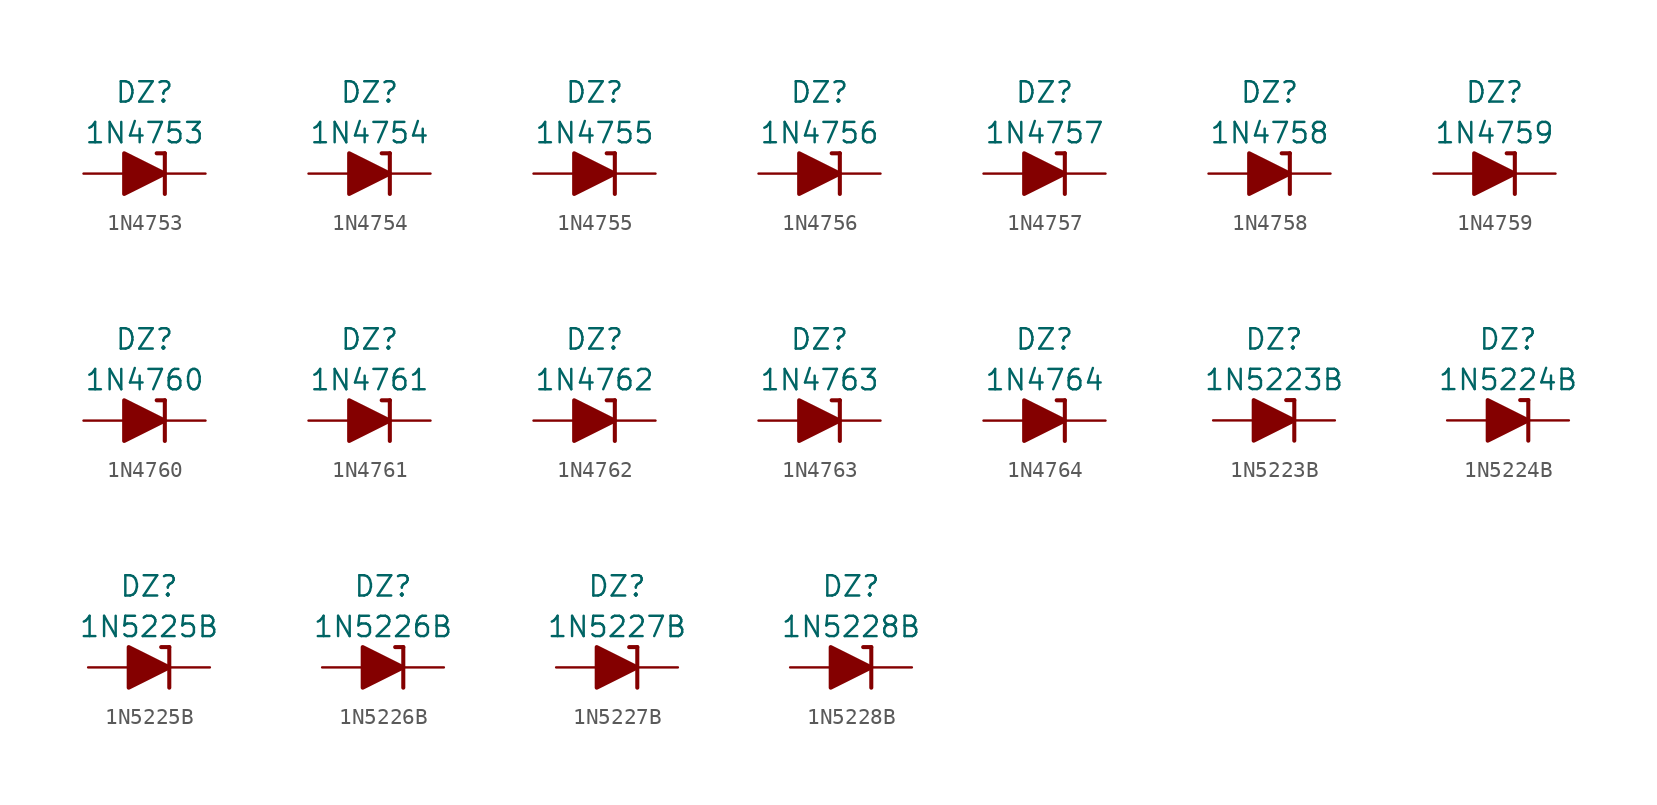
<source format=kicad_sym>
(kicad_symbol_lib
  (version 20201005)
  (generator kicad_symbol_editor)
  (symbol "Diode_Zener_AKL:1N4753"
    (pin_numbers hide)
    (pin_names
      (offset 1.016) hide)
    (property "Reference" "DZ"
      (at 0 5.08 0)
      (effects (font (size 1.27 1.27))))
    (property "Value" "1N4753"
      (at 0 2.54 0)
      (effects (font (size 1.27 1.27))))
    (symbol "1N4753_0_1"
      (polyline (pts (xy -1.27 0) (xy 1.27 0)) (stroke (width 0)) (fill (type none)))
      (polyline (pts (xy 1.27 1.27) (xy 0.762 1.27)) (stroke (width 0.254)) (fill (type none)))
      (polyline (pts (xy 1.27 1.27) (xy 1.27 -1.27)) (stroke (width 0.254)) (fill (type none)))
      (polyline (pts (xy -1.27 -1.27) (xy -1.27 1.27) (xy 1.27 0) (xy -1.27 -1.27)) (stroke (width 0.254)) (fill (type outline))))
    (symbol "1N4753_1_1"
      (pin passive line (at 3.81 0 180) (length 2.54) (name "K" (effects (font (size 1.27 1.27)))) (number "1" (effects (font (size 1.27 1.27)))))
      (pin passive line (at -3.81 0 0) (length 2.54) (name "A" (effects (font (size 1.27 1.27)))) (number "2" (effects (font (size 1.27 1.27)))))))
  (symbol "Diode_Zener_AKL:1N4754"
    (pin_numbers hide)
    (pin_names
      (offset 1.016) hide)
    (property "Reference" "DZ"
      (at 0 5.08 0)
      (effects (font (size 1.27 1.27))))
    (property "Value" "1N4754"
      (at 0 2.54 0)
      (effects (font (size 1.27 1.27))))
    (symbol "1N4754_0_1"
      (polyline (pts (xy -1.27 0) (xy 1.27 0)) (stroke (width 0)) (fill (type none)))
      (polyline (pts (xy 1.27 1.27) (xy 0.762 1.27)) (stroke (width 0.254)) (fill (type none)))
      (polyline (pts (xy 1.27 1.27) (xy 1.27 -1.27)) (stroke (width 0.254)) (fill (type none)))
      (polyline (pts (xy -1.27 -1.27) (xy -1.27 1.27) (xy 1.27 0) (xy -1.27 -1.27)) (stroke (width 0.254)) (fill (type outline))))
    (symbol "1N4754_1_1"
      (pin passive line (at 3.81 0 180) (length 2.54) (name "K" (effects (font (size 1.27 1.27)))) (number "1" (effects (font (size 1.27 1.27)))))
      (pin passive line (at -3.81 0 0) (length 2.54) (name "A" (effects (font (size 1.27 1.27)))) (number "2" (effects (font (size 1.27 1.27)))))))
  (symbol "Diode_Zener_AKL:1N4755"
    (pin_numbers hide)
    (pin_names
      (offset 1.016) hide)
    (property "Reference" "DZ"
      (at 0 5.08 0)
      (effects (font (size 1.27 1.27))))
    (property "Value" "1N4755"
      (at 0 2.54 0)
      (effects (font (size 1.27 1.27))))
    (symbol "1N4755_0_1"
      (polyline (pts (xy -1.27 0) (xy 1.27 0)) (stroke (width 0)) (fill (type none)))
      (polyline (pts (xy 1.27 1.27) (xy 0.762 1.27)) (stroke (width 0.254)) (fill (type none)))
      (polyline (pts (xy 1.27 1.27) (xy 1.27 -1.27)) (stroke (width 0.254)) (fill (type none)))
      (polyline (pts (xy -1.27 -1.27) (xy -1.27 1.27) (xy 1.27 0) (xy -1.27 -1.27)) (stroke (width 0.254)) (fill (type outline))))
    (symbol "1N4755_1_1"
      (pin passive line (at 3.81 0 180) (length 2.54) (name "K" (effects (font (size 1.27 1.27)))) (number "1" (effects (font (size 1.27 1.27)))))
      (pin passive line (at -3.81 0 0) (length 2.54) (name "A" (effects (font (size 1.27 1.27)))) (number "2" (effects (font (size 1.27 1.27)))))))
  (symbol "Diode_Zener_AKL:1N4756"
    (pin_numbers hide)
    (pin_names
      (offset 1.016) hide)
    (property "Reference" "DZ"
      (at 0 5.08 0)
      (effects (font (size 1.27 1.27))))
    (property "Value" "1N4756"
      (at 0 2.54 0)
      (effects (font (size 1.27 1.27))))
    (symbol "1N4756_0_1"
      (polyline (pts (xy -1.27 0) (xy 1.27 0)) (stroke (width 0)) (fill (type none)))
      (polyline (pts (xy 1.27 1.27) (xy 0.762 1.27)) (stroke (width 0.254)) (fill (type none)))
      (polyline (pts (xy 1.27 1.27) (xy 1.27 -1.27)) (stroke (width 0.254)) (fill (type none)))
      (polyline (pts (xy -1.27 -1.27) (xy -1.27 1.27) (xy 1.27 0) (xy -1.27 -1.27)) (stroke (width 0.254)) (fill (type outline))))
    (symbol "1N4756_1_1"
      (pin passive line (at 3.81 0 180) (length 2.54) (name "K" (effects (font (size 1.27 1.27)))) (number "1" (effects (font (size 1.27 1.27)))))
      (pin passive line (at -3.81 0 0) (length 2.54) (name "A" (effects (font (size 1.27 1.27)))) (number "2" (effects (font (size 1.27 1.27)))))))
  (symbol "Diode_Zener_AKL:1N4757"
    (pin_numbers hide)
    (pin_names
      (offset 1.016) hide)
    (property "Reference" "DZ"
      (at 0 5.08 0)
      (effects (font (size 1.27 1.27))))
    (property "Value" "1N4757"
      (at 0 2.54 0)
      (effects (font (size 1.27 1.27))))
    (symbol "1N4757_0_1"
      (polyline (pts (xy -1.27 0) (xy 1.27 0)) (stroke (width 0)) (fill (type none)))
      (polyline (pts (xy 1.27 1.27) (xy 0.762 1.27)) (stroke (width 0.254)) (fill (type none)))
      (polyline (pts (xy 1.27 1.27) (xy 1.27 -1.27)) (stroke (width 0.254)) (fill (type none)))
      (polyline (pts (xy -1.27 -1.27) (xy -1.27 1.27) (xy 1.27 0) (xy -1.27 -1.27)) (stroke (width 0.254)) (fill (type outline))))
    (symbol "1N4757_1_1"
      (pin passive line (at 3.81 0 180) (length 2.54) (name "K" (effects (font (size 1.27 1.27)))) (number "1" (effects (font (size 1.27 1.27)))))
      (pin passive line (at -3.81 0 0) (length 2.54) (name "A" (effects (font (size 1.27 1.27)))) (number "2" (effects (font (size 1.27 1.27)))))))
  (symbol "Diode_Zener_AKL:1N4758"
    (pin_numbers hide)
    (pin_names
      (offset 1.016) hide)
    (property "Reference" "DZ"
      (at 0 5.08 0)
      (effects (font (size 1.27 1.27))))
    (property "Value" "1N4758"
      (at 0 2.54 0)
      (effects (font (size 1.27 1.27))))
    (symbol "1N4758_0_1"
      (polyline (pts (xy -1.27 0) (xy 1.27 0)) (stroke (width 0)) (fill (type none)))
      (polyline (pts (xy 1.27 1.27) (xy 0.762 1.27)) (stroke (width 0.254)) (fill (type none)))
      (polyline (pts (xy 1.27 1.27) (xy 1.27 -1.27)) (stroke (width 0.254)) (fill (type none)))
      (polyline (pts (xy -1.27 -1.27) (xy -1.27 1.27) (xy 1.27 0) (xy -1.27 -1.27)) (stroke (width 0.254)) (fill (type outline))))
    (symbol "1N4758_1_1"
      (pin passive line (at 3.81 0 180) (length 2.54) (name "K" (effects (font (size 1.27 1.27)))) (number "1" (effects (font (size 1.27 1.27)))))
      (pin passive line (at -3.81 0 0) (length 2.54) (name "A" (effects (font (size 1.27 1.27)))) (number "2" (effects (font (size 1.27 1.27)))))))
  (symbol "Diode_Zener_AKL:1N4759"
    (pin_numbers hide)
    (pin_names
      (offset 1.016) hide)
    (property "Reference" "DZ"
      (at 0 5.08 0)
      (effects (font (size 1.27 1.27))))
    (property "Value" "1N4759"
      (at 0 2.54 0)
      (effects (font (size 1.27 1.27))))
    (symbol "1N4759_0_1"
      (polyline (pts (xy -1.27 0) (xy 1.27 0)) (stroke (width 0)) (fill (type none)))
      (polyline (pts (xy 1.27 1.27) (xy 0.762 1.27)) (stroke (width 0.254)) (fill (type none)))
      (polyline (pts (xy 1.27 1.27) (xy 1.27 -1.27)) (stroke (width 0.254)) (fill (type none)))
      (polyline (pts (xy -1.27 -1.27) (xy -1.27 1.27) (xy 1.27 0) (xy -1.27 -1.27)) (stroke (width 0.254)) (fill (type outline))))
    (symbol "1N4759_1_1"
      (pin passive line (at 3.81 0 180) (length 2.54) (name "K" (effects (font (size 1.27 1.27)))) (number "1" (effects (font (size 1.27 1.27)))))
      (pin passive line (at -3.81 0 0) (length 2.54) (name "A" (effects (font (size 1.27 1.27)))) (number "2" (effects (font (size 1.27 1.27)))))))
  (symbol "Diode_Zener_AKL:1N4760"
    (pin_numbers hide)
    (pin_names
      (offset 1.016) hide)
    (property "Reference" "DZ"
      (at 0 5.08 0)
      (effects (font (size 1.27 1.27))))
    (property "Value" "1N4760"
      (at 0 2.54 0)
      (effects (font (size 1.27 1.27))))
    (symbol "1N4760_0_1"
      (polyline (pts (xy -1.27 0) (xy 1.27 0)) (stroke (width 0)) (fill (type none)))
      (polyline (pts (xy 1.27 1.27) (xy 0.762 1.27)) (stroke (width 0.254)) (fill (type none)))
      (polyline (pts (xy 1.27 1.27) (xy 1.27 -1.27)) (stroke (width 0.254)) (fill (type none)))
      (polyline (pts (xy -1.27 -1.27) (xy -1.27 1.27) (xy 1.27 0) (xy -1.27 -1.27)) (stroke (width 0.254)) (fill (type outline))))
    (symbol "1N4760_1_1"
      (pin passive line (at 3.81 0 180) (length 2.54) (name "K" (effects (font (size 1.27 1.27)))) (number "1" (effects (font (size 1.27 1.27)))))
      (pin passive line (at -3.81 0 0) (length 2.54) (name "A" (effects (font (size 1.27 1.27)))) (number "2" (effects (font (size 1.27 1.27)))))))
  (symbol "Diode_Zener_AKL:1N4761"
    (pin_numbers hide)
    (pin_names
      (offset 1.016) hide)
    (property "Reference" "DZ"
      (at 0 5.08 0)
      (effects (font (size 1.27 1.27))))
    (property "Value" "1N4761"
      (at 0 2.54 0)
      (effects (font (size 1.27 1.27))))
    (symbol "1N4761_0_1"
      (polyline (pts (xy -1.27 0) (xy 1.27 0)) (stroke (width 0)) (fill (type none)))
      (polyline (pts (xy 1.27 1.27) (xy 0.762 1.27)) (stroke (width 0.254)) (fill (type none)))
      (polyline (pts (xy 1.27 1.27) (xy 1.27 -1.27)) (stroke (width 0.254)) (fill (type none)))
      (polyline (pts (xy -1.27 -1.27) (xy -1.27 1.27) (xy 1.27 0) (xy -1.27 -1.27)) (stroke (width 0.254)) (fill (type outline))))
    (symbol "1N4761_1_1"
      (pin passive line (at 3.81 0 180) (length 2.54) (name "K" (effects (font (size 1.27 1.27)))) (number "1" (effects (font (size 1.27 1.27)))))
      (pin passive line (at -3.81 0 0) (length 2.54) (name "A" (effects (font (size 1.27 1.27)))) (number "2" (effects (font (size 1.27 1.27)))))))
  (symbol "Diode_Zener_AKL:1N4762"
    (pin_numbers hide)
    (pin_names
      (offset 1.016) hide)
    (property "Reference" "DZ"
      (at 0 5.08 0)
      (effects (font (size 1.27 1.27))))
    (property "Value" "1N4762"
      (at 0 2.54 0)
      (effects (font (size 1.27 1.27))))
    (symbol "1N4762_0_1"
      (polyline (pts (xy -1.27 0) (xy 1.27 0)) (stroke (width 0)) (fill (type none)))
      (polyline (pts (xy 1.27 1.27) (xy 0.762 1.27)) (stroke (width 0.254)) (fill (type none)))
      (polyline (pts (xy 1.27 1.27) (xy 1.27 -1.27)) (stroke (width 0.254)) (fill (type none)))
      (polyline (pts (xy -1.27 -1.27) (xy -1.27 1.27) (xy 1.27 0) (xy -1.27 -1.27)) (stroke (width 0.254)) (fill (type outline))))
    (symbol "1N4762_1_1"
      (pin passive line (at 3.81 0 180) (length 2.54) (name "K" (effects (font (size 1.27 1.27)))) (number "1" (effects (font (size 1.27 1.27)))))
      (pin passive line (at -3.81 0 0) (length 2.54) (name "A" (effects (font (size 1.27 1.27)))) (number "2" (effects (font (size 1.27 1.27)))))))
  (symbol "Diode_Zener_AKL:1N4763"
    (pin_numbers hide)
    (pin_names
      (offset 1.016) hide)
    (property "Reference" "DZ"
      (at 0 5.08 0)
      (effects (font (size 1.27 1.27))))
    (property "Value" "1N4763"
      (at 0 2.54 0)
      (effects (font (size 1.27 1.27))))
    (symbol "1N4763_0_1"
      (polyline (pts (xy -1.27 0) (xy 1.27 0)) (stroke (width 0)) (fill (type none)))
      (polyline (pts (xy 1.27 1.27) (xy 0.762 1.27)) (stroke (width 0.254)) (fill (type none)))
      (polyline (pts (xy 1.27 1.27) (xy 1.27 -1.27)) (stroke (width 0.254)) (fill (type none)))
      (polyline (pts (xy -1.27 -1.27) (xy -1.27 1.27) (xy 1.27 0) (xy -1.27 -1.27)) (stroke (width 0.254)) (fill (type outline))))
    (symbol "1N4763_1_1"
      (pin passive line (at 3.81 0 180) (length 2.54) (name "K" (effects (font (size 1.27 1.27)))) (number "1" (effects (font (size 1.27 1.27)))))
      (pin passive line (at -3.81 0 0) (length 2.54) (name "A" (effects (font (size 1.27 1.27)))) (number "2" (effects (font (size 1.27 1.27)))))))
  (symbol "Diode_Zener_AKL:1N4764"
    (pin_numbers hide)
    (pin_names
      (offset 1.016) hide)
    (property "Reference" "DZ"
      (at 0 5.08 0)
      (effects (font (size 1.27 1.27))))
    (property "Value" "1N4764"
      (at 0 2.54 0)
      (effects (font (size 1.27 1.27))))
    (symbol "1N4764_0_1"
      (polyline (pts (xy -1.27 0) (xy 1.27 0)) (stroke (width 0)) (fill (type none)))
      (polyline (pts (xy 1.27 1.27) (xy 0.762 1.27)) (stroke (width 0.254)) (fill (type none)))
      (polyline (pts (xy 1.27 1.27) (xy 1.27 -1.27)) (stroke (width 0.254)) (fill (type none)))
      (polyline (pts (xy -1.27 -1.27) (xy -1.27 1.27) (xy 1.27 0) (xy -1.27 -1.27)) (stroke (width 0.254)) (fill (type outline))))
    (symbol "1N4764_1_1"
      (pin passive line (at 3.81 0 180) (length 2.54) (name "K" (effects (font (size 1.27 1.27)))) (number "1" (effects (font (size 1.27 1.27)))))
      (pin passive line (at -3.81 0 0) (length 2.54) (name "A" (effects (font (size 1.27 1.27)))) (number "2" (effects (font (size 1.27 1.27)))))))
  (symbol "Diode_Zener_AKL:1N5223B"
    (pin_numbers hide)
    (pin_names
      (offset 1.016) hide)
    (property "Reference" "DZ"
      (at 0 5.08 0)
      (effects (font (size 1.27 1.27))))
    (property "Value" "1N5223B"
      (at 0 2.54 0)
      (effects (font (size 1.27 1.27))))
    (symbol "1N5223B_0_1"
      (polyline (pts (xy -1.27 0) (xy 1.27 0)) (stroke (width 0)) (fill (type none)))
      (polyline (pts (xy 1.27 1.27) (xy 0.762 1.27)) (stroke (width 0.254)) (fill (type none)))
      (polyline (pts (xy 1.27 1.27) (xy 1.27 -1.27)) (stroke (width 0.254)) (fill (type none)))
      (polyline (pts (xy -1.27 -1.27) (xy -1.27 1.27) (xy 1.27 0) (xy -1.27 -1.27)) (stroke (width 0.254)) (fill (type outline))))
    (symbol "1N5223B_1_1"
      (pin passive line (at 3.81 0 180) (length 2.54) (name "K" (effects (font (size 1.27 1.27)))) (number "1" (effects (font (size 1.27 1.27)))))
      (pin passive line (at -3.81 0 0) (length 2.54) (name "A" (effects (font (size 1.27 1.27)))) (number "2" (effects (font (size 1.27 1.27)))))))
  (symbol "Diode_Zener_AKL:1N5224B"
    (pin_numbers hide)
    (pin_names
      (offset 1.016) hide)
    (property "Reference" "DZ"
      (at 0 5.08 0)
      (effects (font (size 1.27 1.27))))
    (property "Value" "1N5224B"
      (at 0 2.54 0)
      (effects (font (size 1.27 1.27))))
    (symbol "1N5224B_0_1"
      (polyline (pts (xy -1.27 0) (xy 1.27 0)) (stroke (width 0)) (fill (type none)))
      (polyline (pts (xy 1.27 1.27) (xy 0.762 1.27)) (stroke (width 0.254)) (fill (type none)))
      (polyline (pts (xy 1.27 1.27) (xy 1.27 -1.27)) (stroke (width 0.254)) (fill (type none)))
      (polyline (pts (xy -1.27 -1.27) (xy -1.27 1.27) (xy 1.27 0) (xy -1.27 -1.27)) (stroke (width 0.254)) (fill (type outline))))
    (symbol "1N5224B_1_1"
      (pin passive line (at 3.81 0 180) (length 2.54) (name "K" (effects (font (size 1.27 1.27)))) (number "1" (effects (font (size 1.27 1.27)))))
      (pin passive line (at -3.81 0 0) (length 2.54) (name "A" (effects (font (size 1.27 1.27)))) (number "2" (effects (font (size 1.27 1.27)))))))
  (symbol "Diode_Zener_AKL:1N5225B"
    (pin_numbers hide)
    (pin_names
      (offset 1.016) hide)
    (property "Reference" "DZ"
      (at 0 5.08 0)
      (effects (font (size 1.27 1.27))))
    (property "Value" "1N5225B"
      (at 0 2.54 0)
      (effects (font (size 1.27 1.27))))
    (symbol "1N5225B_0_1"
      (polyline (pts (xy -1.27 0) (xy 1.27 0)) (stroke (width 0)) (fill (type none)))
      (polyline (pts (xy 1.27 1.27) (xy 0.762 1.27)) (stroke (width 0.254)) (fill (type none)))
      (polyline (pts (xy 1.27 1.27) (xy 1.27 -1.27)) (stroke (width 0.254)) (fill (type none)))
      (polyline (pts (xy -1.27 -1.27) (xy -1.27 1.27) (xy 1.27 0) (xy -1.27 -1.27)) (stroke (width 0.254)) (fill (type outline))))
    (symbol "1N5225B_1_1"
      (pin passive line (at 3.81 0 180) (length 2.54) (name "K" (effects (font (size 1.27 1.27)))) (number "1" (effects (font (size 1.27 1.27)))))
      (pin passive line (at -3.81 0 0) (length 2.54) (name "A" (effects (font (size 1.27 1.27)))) (number "2" (effects (font (size 1.27 1.27)))))))
  (symbol "Diode_Zener_AKL:1N5226B"
    (pin_numbers hide)
    (pin_names
      (offset 1.016) hide)
    (property "Reference" "DZ"
      (at 0 5.08 0)
      (effects (font (size 1.27 1.27))))
    (property "Value" "1N5226B"
      (at 0 2.54 0)
      (effects (font (size 1.27 1.27))))
    (symbol "1N5226B_0_1"
      (polyline (pts (xy -1.27 0) (xy 1.27 0)) (stroke (width 0)) (fill (type none)))
      (polyline (pts (xy 1.27 1.27) (xy 0.762 1.27)) (stroke (width 0.254)) (fill (type none)))
      (polyline (pts (xy 1.27 1.27) (xy 1.27 -1.27)) (stroke (width 0.254)) (fill (type none)))
      (polyline (pts (xy -1.27 -1.27) (xy -1.27 1.27) (xy 1.27 0) (xy -1.27 -1.27)) (stroke (width 0.254)) (fill (type outline))))
    (symbol "1N5226B_1_1"
      (pin passive line (at 3.81 0 180) (length 2.54) (name "K" (effects (font (size 1.27 1.27)))) (number "1" (effects (font (size 1.27 1.27)))))
      (pin passive line (at -3.81 0 0) (length 2.54) (name "A" (effects (font (size 1.27 1.27)))) (number "2" (effects (font (size 1.27 1.27)))))))
  (symbol "Diode_Zener_AKL:1N5227B"
    (pin_numbers hide)
    (pin_names
      (offset 1.016) hide)
    (property "Reference" "DZ"
      (at 0 5.08 0)
      (effects (font (size 1.27 1.27))))
    (property "Value" "1N5227B"
      (at 0 2.54 0)
      (effects (font (size 1.27 1.27))))
    (symbol "1N5227B_0_1"
      (polyline (pts (xy -1.27 0) (xy 1.27 0)) (stroke (width 0)) (fill (type none)))
      (polyline (pts (xy 1.27 1.27) (xy 0.762 1.27)) (stroke (width 0.254)) (fill (type none)))
      (polyline (pts (xy 1.27 1.27) (xy 1.27 -1.27)) (stroke (width 0.254)) (fill (type none)))
      (polyline (pts (xy -1.27 -1.27) (xy -1.27 1.27) (xy 1.27 0) (xy -1.27 -1.27)) (stroke (width 0.254)) (fill (type outline))))
    (symbol "1N5227B_1_1"
      (pin passive line (at 3.81 0 180) (length 2.54) (name "K" (effects (font (size 1.27 1.27)))) (number "1" (effects (font (size 1.27 1.27)))))
      (pin passive line (at -3.81 0 0) (length 2.54) (name "A" (effects (font (size 1.27 1.27)))) (number "2" (effects (font (size 1.27 1.27)))))))
  (symbol "Diode_Zener_AKL:1N5228B"
    (pin_numbers hide)
    (pin_names
      (offset 1.016) hide)
    (property "Reference" "DZ"
      (at 0 5.08 0)
      (effects (font (size 1.27 1.27))))
    (property "Value" "1N5228B"
      (at 0 2.54 0)
      (effects (font (size 1.27 1.27))))
    (symbol "1N5228B_0_1"
      (polyline (pts (xy -1.27 0) (xy 1.27 0)) (stroke (width 0)) (fill (type none)))
      (polyline (pts (xy 1.27 1.27) (xy 0.762 1.27)) (stroke (width 0.254)) (fill (type none)))
      (polyline (pts (xy 1.27 1.27) (xy 1.27 -1.27)) (stroke (width 0.254)) (fill (type none)))
      (polyline (pts (xy -1.27 -1.27) (xy -1.27 1.27) (xy 1.27 0) (xy -1.27 -1.27)) (stroke (width 0.254)) (fill (type outline))))
    (symbol "1N5228B_1_1"
      (pin passive line (at 3.81 0 180) (length 2.54) (name "K" (effects (font (size 1.27 1.27)))) (number "1" (effects (font (size 1.27 1.27)))))
      (pin passive line (at -3.81 0 0) (length 2.54) (name "A" (effects (font (size 1.27 1.27)))) (number "2" (effects (font (size 1.27 1.27))))))))
</source>
